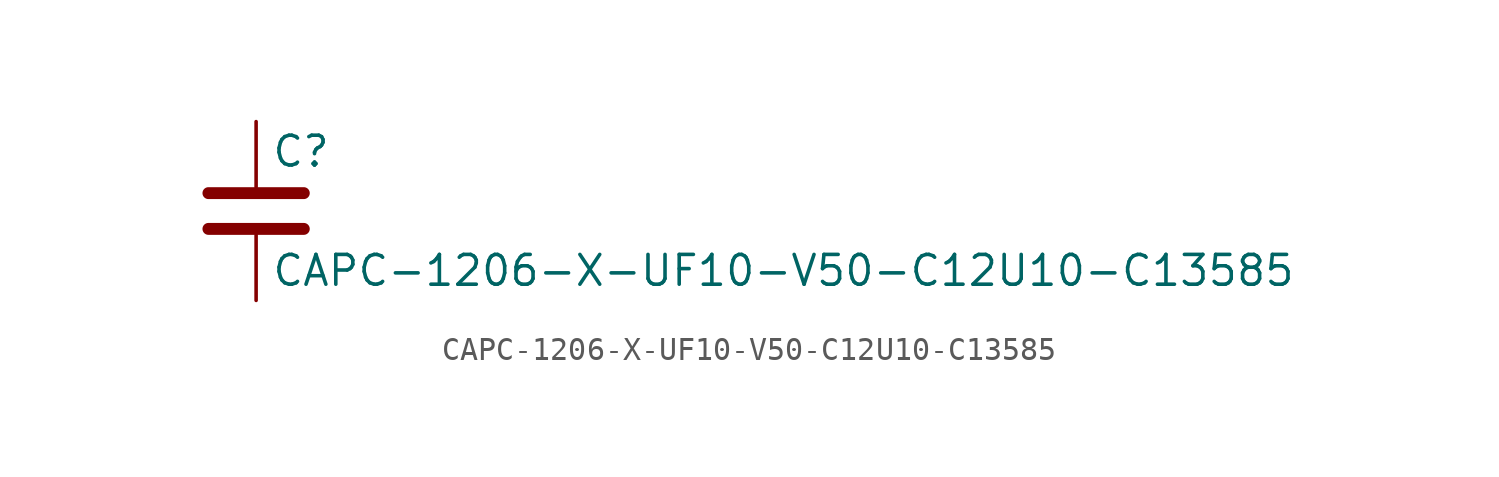
<source format=kicad_sym>
(kicad_symbol_lib
  (version 20211014)
  (generator kicad_symbol_editor)
  (symbol "CAPC-1206-X-UF10-V50-C12U10-C13585"
    (pin_numbers hide)
    (pin_names
      (offset 0.254))
    (property "Reference" "C"
      (at 0.635 2.54 0)
      (effects (font (size 1.27 1.27)) (justify left)))
    (property "Value" "CAPC-1206-X-UF10-V50-C12U10-C13585"
      (at 0.635 -2.54 0)
      (effects (font (size 1.27 1.27)) (justify left)))
    (symbol "CAPC-1206-X-UF10-V50-C12U10-C13585_0_1"
      (polyline (pts (xy -2.032 -0.762) (xy 2.032 -0.762)) (stroke (width 0.508) (type default) (color 0 0 0 0)) (fill (type none)))
      (polyline (pts (xy -2.032 0.762) (xy 2.032 0.762)) (stroke (width 0.508) (type default) (color 0 0 0 0)) (fill (type none))))
    (symbol "CAPC-1206-X-UF10-V50-C12U10-C13585_1_1"
      (pin passive line (at 0 3.81 270) (length 2.794) (name "~" (effects (font (size 1.27 1.27)))) (number "1" (effects (font (size 1.27 1.27)))))
      (pin passive line (at 0 -3.81 90) (length 2.794) (name "~" (effects (font (size 1.27 1.27)))) (number "2" (effects (font (size 1.27 1.27))))))))
</source>
